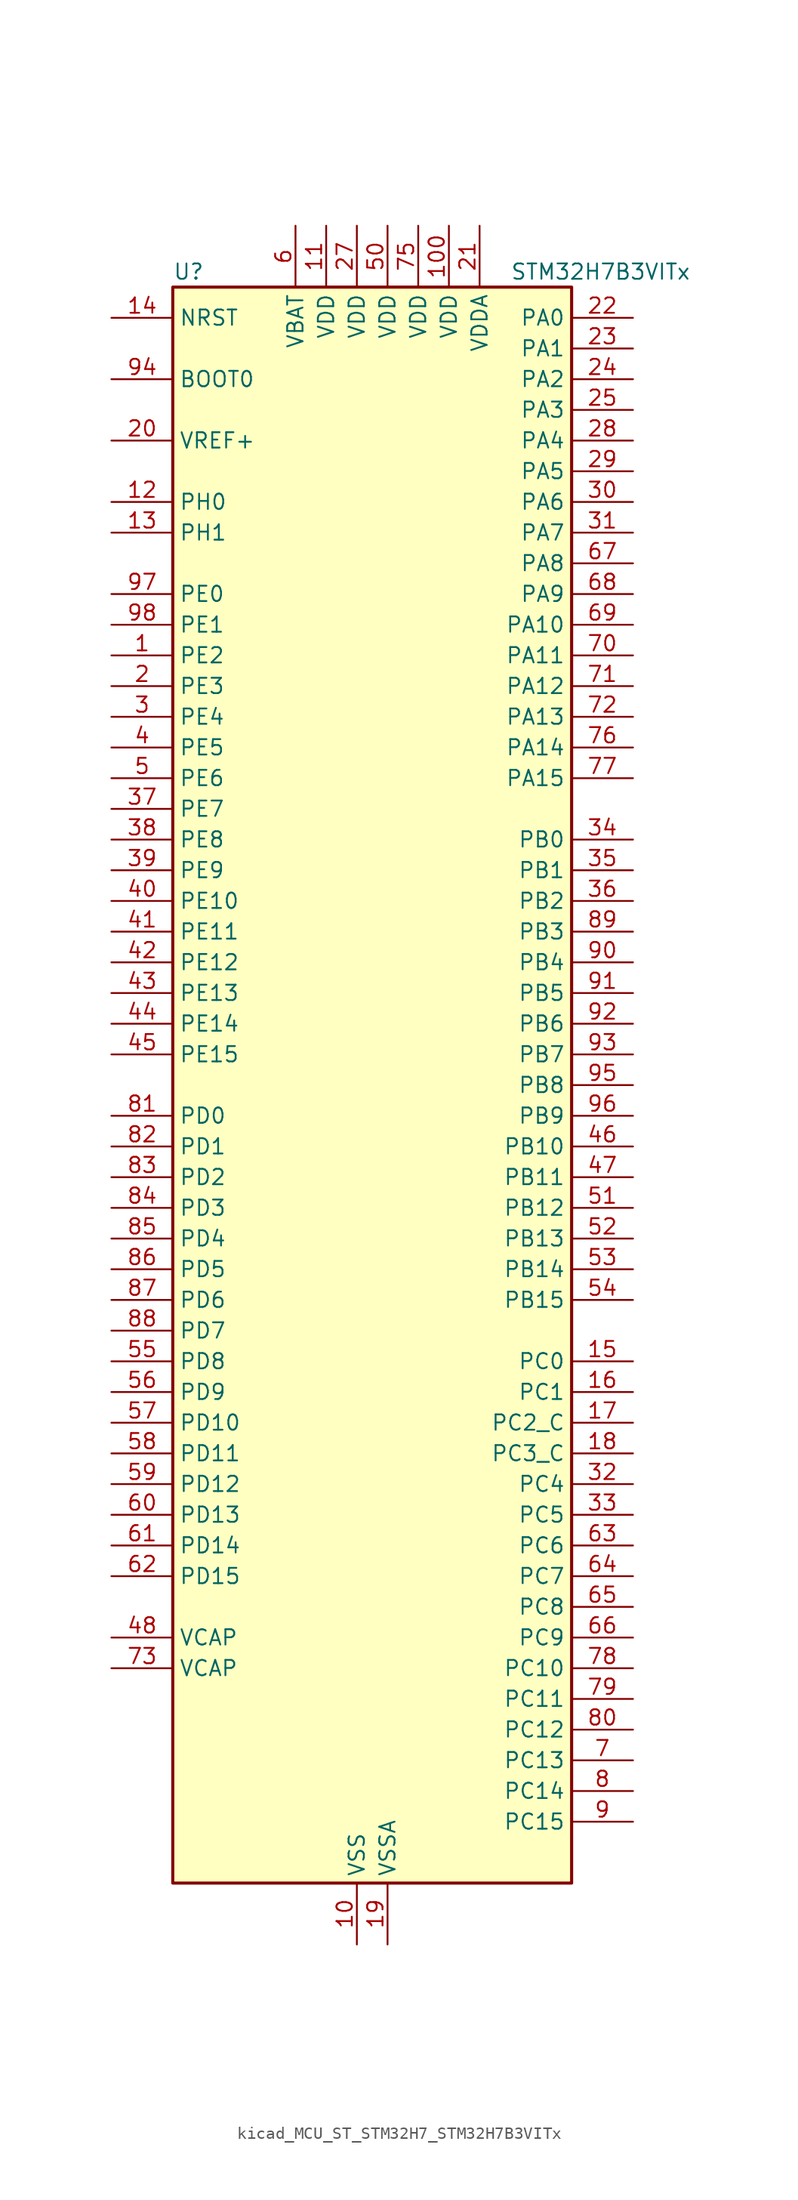
<source format=kicad_sym>
(kicad_symbol_lib
  (version 20220914)
  (generator kicad_symbol_editor)
  (symbol "kicad_MCU_ST_STM32H7_STM32H7B3VITx"
    (property "Reference" "U"
      (at -15.24 67.31 0)
      (effects (font (size 1.27 1.27)) (justify left)))
    (property "Value" "STM32H7B3VITx"
      (at 12.7 67.31 0)
      (effects (font (size 1.27 1.27)) (justify left)))
    (property "ki_locked" ""
      (at 0 0 0)
      (effects (font (size 1.27 1.27))))
    (symbol "kicad_MCU_ST_STM32H7_STM32H7B3VITx_0_1"
      (rectangle (start -15.24 -66.04) (end 17.78 66.04) (stroke (width 0.254) (type default)) (fill (type background))))
    (symbol "kicad_MCU_ST_STM32H7_STM32H7B3VITx_1_1"
      (pin bidirectional line (at -20.32 35.56 0) (length 5.08) (name "PE2" (effects (font (size 1.27 1.27)))) (number "1" (effects (font (size 1.27 1.27)))) (alternate "DEBUG_TRACECLK" bidirectional line) (alternate "FMC_A23" bidirectional line) (alternate "OCTOSPIM_P1_IO2" bidirectional line) (alternate "SAI1_CK1" bidirectional line) (alternate "SAI1_MCLK_A" bidirectional line) (alternate "SPI4_SCK" bidirectional line) (alternate "USART10_RX" bidirectional line))
      (pin power_in line (at 0 -71.12 90) (length 5.08) (name "VSS" (effects (font (size 1.27 1.27)))) (number "10" (effects (font (size 1.27 1.27)))))
      (pin power_in line (at 7.62 71.12 270) (length 5.08) (name "VDD" (effects (font (size 1.27 1.27)))) (number "100" (effects (font (size 1.27 1.27)))))
      (pin power_in line (at -2.54 71.12 270) (length 5.08) (name "VDD" (effects (font (size 1.27 1.27)))) (number "11" (effects (font (size 1.27 1.27)))))
      (pin bidirectional line (at -20.32 48.26 0) (length 5.08) (name "PH0" (effects (font (size 1.27 1.27)))) (number "12" (effects (font (size 1.27 1.27)))) (alternate "RCC_OSC_IN" bidirectional line))
      (pin bidirectional line (at -20.32 45.72 0) (length 5.08) (name "PH1" (effects (font (size 1.27 1.27)))) (number "13" (effects (font (size 1.27 1.27)))) (alternate "RCC_OSC_OUT" bidirectional line))
      (pin input line (at -20.32 63.5 0) (length 5.08) (name "NRST" (effects (font (size 1.27 1.27)))) (number "14" (effects (font (size 1.27 1.27)))))
      (pin bidirectional line (at 22.86 -22.86 180) (length 5.08) (name "PC0" (effects (font (size 1.27 1.27)))) (number "15" (effects (font (size 1.27 1.27)))) (alternate "ADC1_INP10" bidirectional line) (alternate "ADC2_INP10" bidirectional line) (alternate "DFSDM1_CKIN0" bidirectional line) (alternate "DFSDM1_DATIN4" bidirectional line) (alternate "FMC_A25" bidirectional line) (alternate "FMC_SDNWE" bidirectional line) (alternate "LTDC_G2" bidirectional line) (alternate "LTDC_R5" bidirectional line) (alternate "SAI2_FS_B" bidirectional line) (alternate "USB_OTG_HS_ULPI_STP" bidirectional line))
      (pin bidirectional line (at 22.86 -25.4 180) (length 5.08) (name "PC1" (effects (font (size 1.27 1.27)))) (number "16" (effects (font (size 1.27 1.27)))) (alternate "ADC1_INN10" bidirectional line) (alternate "ADC1_INP11" bidirectional line) (alternate "ADC2_INN10" bidirectional line) (alternate "ADC2_INP11" bidirectional line) (alternate "DEBUG_TRACED0" bidirectional line) (alternate "DFSDM1_CKIN4" bidirectional line) (alternate "DFSDM1_DATIN0" bidirectional line) (alternate "I2S2_SDO" bidirectional line) (alternate "LTDC_G5" bidirectional line) (alternate "MDIOS_MDC" bidirectional line) (alternate "OCTOSPIM_P1_IO4" bidirectional line) (alternate "PWR_WKUP6" bidirectional line) (alternate "RTC_TAMP3" bidirectional line) (alternate "SAI1_D1" bidirectional line) (alternate "SAI1_SD_A" bidirectional line) (alternate "SDMMC2_CK" bidirectional line) (alternate "SPI2_MOSI" bidirectional line))
      (pin bidirectional line (at 22.86 -27.94 180) (length 5.08) (name "PC2_C" (effects (font (size 1.27 1.27)))) (number "17" (effects (font (size 1.27 1.27)))) (alternate "ADC2_INN1" bidirectional line) (alternate "ADC2_INP0" bidirectional line) (alternate "DFSDM1_CKIN1" bidirectional line) (alternate "DFSDM1_CKOUT" bidirectional line) (alternate "FMC_SDNE0" bidirectional line) (alternate "I2S2_SDI" bidirectional line) (alternate "OCTOSPIM_P1_IO2" bidirectional line) (alternate "OCTOSPIM_P1_IO5" bidirectional line) (alternate "PWR_CSTOP" bidirectional line) (alternate "SPI2_MISO" bidirectional line) (alternate "USB_OTG_HS_ULPI_DIR" bidirectional line))
      (pin bidirectional line (at 22.86 -30.48 180) (length 5.08) (name "PC3_C" (effects (font (size 1.27 1.27)))) (number "18" (effects (font (size 1.27 1.27)))) (alternate "ADC2_INP1" bidirectional line) (alternate "DFSDM1_DATIN1" bidirectional line) (alternate "FMC_SDCKE0" bidirectional line) (alternate "I2S2_SDO" bidirectional line) (alternate "OCTOSPIM_P1_IO0" bidirectional line) (alternate "OCTOSPIM_P1_IO6" bidirectional line) (alternate "PWR_CSLEEP" bidirectional line) (alternate "SPI2_MOSI" bidirectional line) (alternate "USB_OTG_HS_ULPI_NXT" bidirectional line))
      (pin power_in line (at 2.54 -71.12 90) (length 5.08) (name "VSSA" (effects (font (size 1.27 1.27)))) (number "19" (effects (font (size 1.27 1.27)))))
      (pin bidirectional line (at -20.32 33.02 0) (length 5.08) (name "PE3" (effects (font (size 1.27 1.27)))) (number "2" (effects (font (size 1.27 1.27)))) (alternate "DEBUG_TRACED0" bidirectional line) (alternate "FMC_A19" bidirectional line) (alternate "SAI1_SD_B" bidirectional line) (alternate "TIM15_BKIN" bidirectional line) (alternate "USART10_TX" bidirectional line))
      (pin input line (at -20.32 53.34 0) (length 5.08) (name "VREF+" (effects (font (size 1.27 1.27)))) (number "20" (effects (font (size 1.27 1.27)))) (alternate "VREFBUF_OUT" bidirectional line))
      (pin power_in line (at 10.16 71.12 270) (length 5.08) (name "VDDA" (effects (font (size 1.27 1.27)))) (number "21" (effects (font (size 1.27 1.27)))))
      (pin bidirectional line (at 22.86 63.5 180) (length 5.08) (name "PA0" (effects (font (size 1.27 1.27)))) (number "22" (effects (font (size 1.27 1.27)))) (alternate "ADC1_INP16" bidirectional line) (alternate "I2S6_WS" bidirectional line) (alternate "PWR_WKUP1" bidirectional line) (alternate "SAI2_SD_B" bidirectional line) (alternate "SDMMC2_CMD" bidirectional line) (alternate "SPI6_NSS" bidirectional line) (alternate "TIM15_BKIN" bidirectional line) (alternate "TIM2_CH1" bidirectional line) (alternate "TIM2_ETR" bidirectional line) (alternate "TIM5_CH1" bidirectional line) (alternate "TIM8_ETR" bidirectional line) (alternate "UART4_TX" bidirectional line) (alternate "USART2_CTS" bidirectional line) (alternate "USART2_NSS" bidirectional line))
      (pin bidirectional line (at 22.86 60.96 180) (length 5.08) (name "PA1" (effects (font (size 1.27 1.27)))) (number "23" (effects (font (size 1.27 1.27)))) (alternate "ADC1_INN16" bidirectional line) (alternate "ADC1_INP17" bidirectional line) (alternate "LPTIM3_OUT" bidirectional line) (alternate "LTDC_R2" bidirectional line) (alternate "OCTOSPIM_P1_DQS" bidirectional line) (alternate "OCTOSPIM_P1_IO3" bidirectional line) (alternate "SAI2_MCLK_B" bidirectional line) (alternate "TIM15_CH1N" bidirectional line) (alternate "TIM2_CH2" bidirectional line) (alternate "TIM5_CH2" bidirectional line) (alternate "UART4_RX" bidirectional line) (alternate "USART2_DE" bidirectional line) (alternate "USART2_RTS" bidirectional line))
      (pin bidirectional line (at 22.86 58.42 180) (length 5.08) (name "PA2" (effects (font (size 1.27 1.27)))) (number "24" (effects (font (size 1.27 1.27)))) (alternate "ADC1_INP14" bidirectional line) (alternate "DFSDM2_CKIN1" bidirectional line) (alternate "LTDC_R1" bidirectional line) (alternate "MDIOS_MDIO" bidirectional line) (alternate "PWR_WKUP2" bidirectional line) (alternate "SAI2_SCK_B" bidirectional line) (alternate "TIM15_CH1" bidirectional line) (alternate "TIM2_CH3" bidirectional line) (alternate "TIM5_CH3" bidirectional line) (alternate "USART2_TX" bidirectional line))
      (pin bidirectional line (at 22.86 55.88 180) (length 5.08) (name "PA3" (effects (font (size 1.27 1.27)))) (number "25" (effects (font (size 1.27 1.27)))) (alternate "ADC1_INP15" bidirectional line) (alternate "I2S6_MCK" bidirectional line) (alternate "LTDC_B2" bidirectional line) (alternate "LTDC_B5" bidirectional line) (alternate "OCTOSPIM_P1_CLK" bidirectional line) (alternate "TIM15_CH2" bidirectional line) (alternate "TIM2_CH4" bidirectional line) (alternate "TIM5_CH4" bidirectional line) (alternate "USART2_RX" bidirectional line) (alternate "USB_OTG_HS_ULPI_D0" bidirectional line))
      (pin passive line (at 0 -71.12 90) (length 5.08) hide (name "VSS" (effects (font (size 1.27 1.27)))) (number "26" (effects (font (size 1.27 1.27)))))
      (pin power_in line (at 0 71.12 270) (length 5.08) (name "VDD" (effects (font (size 1.27 1.27)))) (number "27" (effects (font (size 1.27 1.27)))))
      (pin bidirectional line (at 22.86 53.34 180) (length 5.08) (name "PA4" (effects (font (size 1.27 1.27)))) (number "28" (effects (font (size 1.27 1.27)))) (alternate "ADC1_INP18" bidirectional line) (alternate "DAC1_OUT1" bidirectional line) (alternate "DCMI_HSYNC" bidirectional line) (alternate "I2S1_WS" bidirectional line) (alternate "I2S3_WS" bidirectional line) (alternate "I2S6_WS" bidirectional line) (alternate "LTDC_VSYNC" bidirectional line) (alternate "PSSI_DE" bidirectional line) (alternate "SPI1_NSS" bidirectional line) (alternate "SPI3_NSS" bidirectional line) (alternate "SPI6_NSS" bidirectional line) (alternate "TIM5_ETR" bidirectional line) (alternate "USART2_CK" bidirectional line))
      (pin bidirectional line (at 22.86 50.8 180) (length 5.08) (name "PA5" (effects (font (size 1.27 1.27)))) (number "29" (effects (font (size 1.27 1.27)))) (alternate "ADC1_INN18" bidirectional line) (alternate "ADC1_INP19" bidirectional line) (alternate "DAC1_OUT2" bidirectional line) (alternate "I2S1_CK" bidirectional line) (alternate "I2S6_CK" bidirectional line) (alternate "LTDC_R4" bidirectional line) (alternate "PSSI_D14" bidirectional line) (alternate "PWR_NDSTOP2" bidirectional line) (alternate "SPI1_SCK" bidirectional line) (alternate "SPI6_SCK" bidirectional line) (alternate "TIM2_CH1" bidirectional line) (alternate "TIM2_ETR" bidirectional line) (alternate "TIM8_CH1N" bidirectional line) (alternate "USB_OTG_HS_ULPI_CK" bidirectional line))
      (pin bidirectional line (at -20.32 30.48 0) (length 5.08) (name "PE4" (effects (font (size 1.27 1.27)))) (number "3" (effects (font (size 1.27 1.27)))) (alternate "DCMI_D4" bidirectional line) (alternate "DEBUG_TRACED1" bidirectional line) (alternate "DFSDM1_DATIN3" bidirectional line) (alternate "FMC_A20" bidirectional line) (alternate "LTDC_B0" bidirectional line) (alternate "PSSI_D4" bidirectional line) (alternate "SAI1_D2" bidirectional line) (alternate "SAI1_FS_A" bidirectional line) (alternate "SPI4_NSS" bidirectional line) (alternate "TIM15_CH1N" bidirectional line))
      (pin bidirectional line (at 22.86 48.26 180) (length 5.08) (name "PA6" (effects (font (size 1.27 1.27)))) (number "30" (effects (font (size 1.27 1.27)))) (alternate "ADC1_INP3" bidirectional line) (alternate "ADC2_INP3" bidirectional line) (alternate "DAC2_OUT1" bidirectional line) (alternate "DCMI_PIXCLK" bidirectional line) (alternate "I2S1_SDI" bidirectional line) (alternate "I2S6_SDI" bidirectional line) (alternate "LTDC_G2" bidirectional line) (alternate "MDIOS_MDC" bidirectional line) (alternate "OCTOSPIM_P1_IO3" bidirectional line) (alternate "PSSI_PDCK" bidirectional line) (alternate "SPI1_MISO" bidirectional line) (alternate "SPI6_MISO" bidirectional line) (alternate "TIM13_CH1" bidirectional line) (alternate "TIM1_BKIN" bidirectional line) (alternate "TIM1_BKIN_COMP1" bidirectional line) (alternate "TIM1_BKIN_COMP2" bidirectional line) (alternate "TIM3_CH1" bidirectional line) (alternate "TIM8_BKIN" bidirectional line) (alternate "TIM8_BKIN_COMP1" bidirectional line) (alternate "TIM8_BKIN_COMP2" bidirectional line))
      (pin bidirectional line (at 22.86 45.72 180) (length 5.08) (name "PA7" (effects (font (size 1.27 1.27)))) (number "31" (effects (font (size 1.27 1.27)))) (alternate "ADC1_INN3" bidirectional line) (alternate "ADC1_INP7" bidirectional line) (alternate "ADC2_INN3" bidirectional line) (alternate "ADC2_INP7" bidirectional line) (alternate "DFSDM2_DATIN1" bidirectional line) (alternate "FMC_SDNWE" bidirectional line) (alternate "I2S1_SDO" bidirectional line) (alternate "I2S6_SDO" bidirectional line) (alternate "LTDC_VSYNC" bidirectional line) (alternate "OCTOSPIM_P1_IO2" bidirectional line) (alternate "OPAMP1_VINM" bidirectional line) (alternate "SPI1_MOSI" bidirectional line) (alternate "SPI6_MOSI" bidirectional line) (alternate "TIM14_CH1" bidirectional line) (alternate "TIM1_CH1N" bidirectional line) (alternate "TIM3_CH2" bidirectional line) (alternate "TIM8_CH1N" bidirectional line))
      (pin bidirectional line (at 22.86 -33.02 180) (length 5.08) (name "PC4" (effects (font (size 1.27 1.27)))) (number "32" (effects (font (size 1.27 1.27)))) (alternate "ADC1_INP4" bidirectional line) (alternate "ADC2_INP4" bidirectional line) (alternate "COMP1_INM" bidirectional line) (alternate "DFSDM1_CKIN2" bidirectional line) (alternate "FMC_SDNE0" bidirectional line) (alternate "I2S1_MCK" bidirectional line) (alternate "LTDC_R7" bidirectional line) (alternate "OPAMP1_VOUT" bidirectional line) (alternate "SPDIFRX_IN2" bidirectional line))
      (pin bidirectional line (at 22.86 -35.56 180) (length 5.08) (name "PC5" (effects (font (size 1.27 1.27)))) (number "33" (effects (font (size 1.27 1.27)))) (alternate "ADC1_INN4" bidirectional line) (alternate "ADC1_INP8" bidirectional line) (alternate "ADC2_INN4" bidirectional line) (alternate "ADC2_INP8" bidirectional line) (alternate "COMP1_OUT" bidirectional line) (alternate "DFSDM1_DATIN2" bidirectional line) (alternate "FMC_SDCKE0" bidirectional line) (alternate "LTDC_DE" bidirectional line) (alternate "OCTOSPIM_P1_DQS" bidirectional line) (alternate "OPAMP1_VINM" bidirectional line) (alternate "PSSI_D15" bidirectional line) (alternate "SAI1_D3" bidirectional line) (alternate "SPDIFRX_IN3" bidirectional line))
      (pin bidirectional line (at 22.86 20.32 180) (length 5.08) (name "PB0" (effects (font (size 1.27 1.27)))) (number "34" (effects (font (size 1.27 1.27)))) (alternate "ADC1_INN5" bidirectional line) (alternate "ADC1_INP9" bidirectional line) (alternate "ADC2_INN5" bidirectional line) (alternate "ADC2_INP9" bidirectional line) (alternate "COMP1_INP" bidirectional line) (alternate "DFSDM1_CKOUT" bidirectional line) (alternate "DFSDM2_CKOUT" bidirectional line) (alternate "LTDC_G1" bidirectional line) (alternate "LTDC_R3" bidirectional line) (alternate "OCTOSPIM_P1_IO1" bidirectional line) (alternate "OPAMP1_VINP" bidirectional line) (alternate "TIM1_CH2N" bidirectional line) (alternate "TIM3_CH3" bidirectional line) (alternate "TIM8_CH2N" bidirectional line) (alternate "UART4_CTS" bidirectional line) (alternate "USB_OTG_HS_ULPI_D1" bidirectional line))
      (pin bidirectional line (at 22.86 17.78 180) (length 5.08) (name "PB1" (effects (font (size 1.27 1.27)))) (number "35" (effects (font (size 1.27 1.27)))) (alternate "ADC1_INP5" bidirectional line) (alternate "ADC2_INP5" bidirectional line) (alternate "COMP1_INM" bidirectional line) (alternate "DFSDM1_DATIN1" bidirectional line) (alternate "LTDC_G0" bidirectional line) (alternate "LTDC_R6" bidirectional line) (alternate "OCTOSPIM_P1_IO0" bidirectional line) (alternate "TIM1_CH3N" bidirectional line) (alternate "TIM3_CH4" bidirectional line) (alternate "TIM8_CH3N" bidirectional line) (alternate "USB_OTG_HS_ULPI_D2" bidirectional line))
      (pin bidirectional line (at 22.86 15.24 180) (length 5.08) (name "PB2" (effects (font (size 1.27 1.27)))) (number "36" (effects (font (size 1.27 1.27)))) (alternate "COMP1_INP" bidirectional line) (alternate "DFSDM1_CKIN1" bidirectional line) (alternate "I2S3_SDO" bidirectional line) (alternate "OCTOSPIM_P1_CLK" bidirectional line) (alternate "OCTOSPIM_P1_DQS" bidirectional line) (alternate "RTC_OUT_ALARM" bidirectional line) (alternate "RTC_OUT_CALIB" bidirectional line) (alternate "SAI1_D1" bidirectional line) (alternate "SAI1_SD_A" bidirectional line) (alternate "SPI3_MOSI" bidirectional line))
      (pin bidirectional line (at -20.32 22.86 0) (length 5.08) (name "PE7" (effects (font (size 1.27 1.27)))) (number "37" (effects (font (size 1.27 1.27)))) (alternate "COMP2_INM" bidirectional line) (alternate "DFSDM1_DATIN2" bidirectional line) (alternate "FMC_D4" bidirectional line) (alternate "FMC_DA4" bidirectional line) (alternate "OCTOSPIM_P1_IO4" bidirectional line) (alternate "OPAMP2_VOUT" bidirectional line) (alternate "TIM1_ETR" bidirectional line) (alternate "UART7_RX" bidirectional line))
      (pin bidirectional line (at -20.32 20.32 0) (length 5.08) (name "PE8" (effects (font (size 1.27 1.27)))) (number "38" (effects (font (size 1.27 1.27)))) (alternate "COMP2_OUT" bidirectional line) (alternate "DFSDM1_CKIN2" bidirectional line) (alternate "FMC_D5" bidirectional line) (alternate "FMC_DA5" bidirectional line) (alternate "OCTOSPIM_P1_IO5" bidirectional line) (alternate "OPAMP2_VINM" bidirectional line) (alternate "TIM1_CH1N" bidirectional line) (alternate "UART7_TX" bidirectional line))
      (pin bidirectional line (at -20.32 17.78 0) (length 5.08) (name "PE9" (effects (font (size 1.27 1.27)))) (number "39" (effects (font (size 1.27 1.27)))) (alternate "COMP2_INP" bidirectional line) (alternate "DAC1_EXTI9" bidirectional line) (alternate "DFSDM1_CKOUT" bidirectional line) (alternate "FMC_D6" bidirectional line) (alternate "FMC_DA6" bidirectional line) (alternate "OCTOSPIM_P1_IO6" bidirectional line) (alternate "OPAMP2_VINP" bidirectional line) (alternate "TIM1_CH1" bidirectional line) (alternate "UART7_DE" bidirectional line) (alternate "UART7_RTS" bidirectional line))
      (pin bidirectional line (at -20.32 27.94 0) (length 5.08) (name "PE5" (effects (font (size 1.27 1.27)))) (number "4" (effects (font (size 1.27 1.27)))) (alternate "DCMI_D6" bidirectional line) (alternate "DEBUG_TRACED2" bidirectional line) (alternate "DFSDM1_CKIN3" bidirectional line) (alternate "FMC_A21" bidirectional line) (alternate "LTDC_G0" bidirectional line) (alternate "PSSI_D6" bidirectional line) (alternate "SAI1_CK2" bidirectional line) (alternate "SAI1_SCK_A" bidirectional line) (alternate "SPI4_MISO" bidirectional line) (alternate "TIM15_CH1" bidirectional line))
      (pin bidirectional line (at -20.32 15.24 0) (length 5.08) (name "PE10" (effects (font (size 1.27 1.27)))) (number "40" (effects (font (size 1.27 1.27)))) (alternate "COMP2_INM" bidirectional line) (alternate "DFSDM1_DATIN4" bidirectional line) (alternate "FMC_D7" bidirectional line) (alternate "FMC_DA7" bidirectional line) (alternate "OCTOSPIM_P1_IO7" bidirectional line) (alternate "TIM1_CH2N" bidirectional line) (alternate "UART7_CTS" bidirectional line))
      (pin bidirectional line (at -20.32 12.7 0) (length 5.08) (name "PE11" (effects (font (size 1.27 1.27)))) (number "41" (effects (font (size 1.27 1.27)))) (alternate "ADC1_EXTI11" bidirectional line) (alternate "ADC2_EXTI11" bidirectional line) (alternate "COMP2_INP" bidirectional line) (alternate "DFSDM1_CKIN4" bidirectional line) (alternate "FMC_D8" bidirectional line) (alternate "FMC_DA8" bidirectional line) (alternate "LTDC_G3" bidirectional line) (alternate "OCTOSPIM_P1_NCS" bidirectional line) (alternate "SAI2_SD_B" bidirectional line) (alternate "SPI4_NSS" bidirectional line) (alternate "TIM1_CH2" bidirectional line))
      (pin bidirectional line (at -20.32 10.16 0) (length 5.08) (name "PE12" (effects (font (size 1.27 1.27)))) (number "42" (effects (font (size 1.27 1.27)))) (alternate "COMP1_OUT" bidirectional line) (alternate "DFSDM1_DATIN5" bidirectional line) (alternate "FMC_D9" bidirectional line) (alternate "FMC_DA9" bidirectional line) (alternate "LTDC_B4" bidirectional line) (alternate "SAI2_SCK_B" bidirectional line) (alternate "SPI4_SCK" bidirectional line) (alternate "TIM1_CH3N" bidirectional line))
      (pin bidirectional line (at -20.32 7.62 0) (length 5.08) (name "PE13" (effects (font (size 1.27 1.27)))) (number "43" (effects (font (size 1.27 1.27)))) (alternate "COMP2_OUT" bidirectional line) (alternate "DFSDM1_CKIN5" bidirectional line) (alternate "FMC_D10" bidirectional line) (alternate "FMC_DA10" bidirectional line) (alternate "LTDC_DE" bidirectional line) (alternate "SAI2_FS_B" bidirectional line) (alternate "SPI4_MISO" bidirectional line) (alternate "TIM1_CH3" bidirectional line))
      (pin bidirectional line (at -20.32 5.08 0) (length 5.08) (name "PE14" (effects (font (size 1.27 1.27)))) (number "44" (effects (font (size 1.27 1.27)))) (alternate "FMC_D11" bidirectional line) (alternate "FMC_DA11" bidirectional line) (alternate "LTDC_CLK" bidirectional line) (alternate "SAI2_MCLK_B" bidirectional line) (alternate "SPI4_MOSI" bidirectional line) (alternate "TIM1_CH4" bidirectional line))
      (pin bidirectional line (at -20.32 2.54 0) (length 5.08) (name "PE15" (effects (font (size 1.27 1.27)))) (number "45" (effects (font (size 1.27 1.27)))) (alternate "ADC1_EXTI15" bidirectional line) (alternate "ADC2_EXTI15" bidirectional line) (alternate "FMC_D12" bidirectional line) (alternate "FMC_DA12" bidirectional line) (alternate "LTDC_R7" bidirectional line) (alternate "TIM1_BKIN" bidirectional line) (alternate "TIM1_BKIN_COMP1" bidirectional line) (alternate "TIM1_BKIN_COMP2" bidirectional line) (alternate "USART10_CK" bidirectional line))
      (pin bidirectional line (at 22.86 -5.08 180) (length 5.08) (name "PB10" (effects (font (size 1.27 1.27)))) (number "46" (effects (font (size 1.27 1.27)))) (alternate "DFSDM1_DATIN7" bidirectional line) (alternate "I2C2_SCL" bidirectional line) (alternate "I2S2_CK" bidirectional line) (alternate "LPTIM2_IN1" bidirectional line) (alternate "LTDC_G4" bidirectional line) (alternate "OCTOSPIM_P1_NCS" bidirectional line) (alternate "SPI2_SCK" bidirectional line) (alternate "TIM2_CH3" bidirectional line) (alternate "USART3_TX" bidirectional line) (alternate "USB_OTG_HS_ULPI_D3" bidirectional line))
      (pin bidirectional line (at 22.86 -7.62 180) (length 5.08) (name "PB11" (effects (font (size 1.27 1.27)))) (number "47" (effects (font (size 1.27 1.27)))) (alternate "ADC1_EXTI11" bidirectional line) (alternate "ADC2_EXTI11" bidirectional line) (alternate "DFSDM1_CKIN7" bidirectional line) (alternate "I2C2_SDA" bidirectional line) (alternate "LPTIM2_ETR" bidirectional line) (alternate "LTDC_G5" bidirectional line) (alternate "TIM2_CH4" bidirectional line) (alternate "USART3_RX" bidirectional line) (alternate "USB_OTG_HS_ULPI_D4" bidirectional line))
      (pin power_out line (at -20.32 -45.72 0) (length 5.08) (name "VCAP" (effects (font (size 1.27 1.27)))) (number "48" (effects (font (size 1.27 1.27)))))
      (pin passive line (at 0 -71.12 90) (length 5.08) hide (name "VSS" (effects (font (size 1.27 1.27)))) (number "49" (effects (font (size 1.27 1.27)))))
      (pin bidirectional line (at -20.32 25.4 0) (length 5.08) (name "PE6" (effects (font (size 1.27 1.27)))) (number "5" (effects (font (size 1.27 1.27)))) (alternate "DCMI_D7" bidirectional line) (alternate "DEBUG_TRACED3" bidirectional line) (alternate "FMC_A22" bidirectional line) (alternate "LTDC_G1" bidirectional line) (alternate "PSSI_D7" bidirectional line) (alternate "SAI1_D1" bidirectional line) (alternate "SAI1_SD_A" bidirectional line) (alternate "SAI2_MCLK_B" bidirectional line) (alternate "SPI4_MOSI" bidirectional line) (alternate "TIM15_CH2" bidirectional line) (alternate "TIM1_BKIN2" bidirectional line) (alternate "TIM1_BKIN2_COMP1" bidirectional line) (alternate "TIM1_BKIN2_COMP2" bidirectional line))
      (pin power_in line (at 2.54 71.12 270) (length 5.08) (name "VDD" (effects (font (size 1.27 1.27)))) (number "50" (effects (font (size 1.27 1.27)))))
      (pin bidirectional line (at 22.86 -10.16 180) (length 5.08) (name "PB12" (effects (font (size 1.27 1.27)))) (number "51" (effects (font (size 1.27 1.27)))) (alternate "DFSDM1_DATIN1" bidirectional line) (alternate "DFSDM2_DATIN1" bidirectional line) (alternate "FDCAN2_RX" bidirectional line) (alternate "I2C2_SMBA" bidirectional line) (alternate "I2S2_WS" bidirectional line) (alternate "OCTOSPIM_P1_NCLK" bidirectional line) (alternate "SPI2_NSS" bidirectional line) (alternate "TIM1_BKIN" bidirectional line) (alternate "TIM1_BKIN_COMP1" bidirectional line) (alternate "TIM1_BKIN_COMP2" bidirectional line) (alternate "UART5_RX" bidirectional line) (alternate "USART3_CK" bidirectional line) (alternate "USB_OTG_HS_ULPI_D5" bidirectional line))
      (pin bidirectional line (at 22.86 -12.7 180) (length 5.08) (name "PB13" (effects (font (size 1.27 1.27)))) (number "52" (effects (font (size 1.27 1.27)))) (alternate "DCMI_D2" bidirectional line) (alternate "DFSDM1_CKIN1" bidirectional line) (alternate "DFSDM2_CKIN1" bidirectional line) (alternate "FDCAN2_TX" bidirectional line) (alternate "I2S2_CK" bidirectional line) (alternate "LPTIM2_OUT" bidirectional line) (alternate "PSSI_D2" bidirectional line) (alternate "SDMMC1_D0" bidirectional line) (alternate "SPI2_SCK" bidirectional line) (alternate "TIM1_CH1N" bidirectional line) (alternate "UART5_TX" bidirectional line) (alternate "USART3_CTS" bidirectional line) (alternate "USART3_NSS" bidirectional line) (alternate "USB_OTG_HS_ULPI_D6" bidirectional line))
      (pin bidirectional line (at 22.86 -15.24 180) (length 5.08) (name "PB14" (effects (font (size 1.27 1.27)))) (number "53" (effects (font (size 1.27 1.27)))) (alternate "DFSDM1_DATIN2" bidirectional line) (alternate "I2S2_SDI" bidirectional line) (alternate "LTDC_CLK" bidirectional line) (alternate "SDMMC2_D0" bidirectional line) (alternate "SPI2_MISO" bidirectional line) (alternate "TIM12_CH1" bidirectional line) (alternate "TIM1_CH2N" bidirectional line) (alternate "TIM8_CH2N" bidirectional line) (alternate "UART4_DE" bidirectional line) (alternate "UART4_RTS" bidirectional line) (alternate "USART1_TX" bidirectional line) (alternate "USART3_DE" bidirectional line) (alternate "USART3_RTS" bidirectional line))
      (pin bidirectional line (at 22.86 -17.78 180) (length 5.08) (name "PB15" (effects (font (size 1.27 1.27)))) (number "54" (effects (font (size 1.27 1.27)))) (alternate "ADC1_EXTI15" bidirectional line) (alternate "ADC2_EXTI15" bidirectional line) (alternate "DFSDM1_CKIN2" bidirectional line) (alternate "I2S2_SDO" bidirectional line) (alternate "LTDC_G7" bidirectional line) (alternate "RTC_REFIN" bidirectional line) (alternate "SDMMC2_D1" bidirectional line) (alternate "SPI2_MOSI" bidirectional line) (alternate "TIM12_CH2" bidirectional line) (alternate "TIM1_CH3N" bidirectional line) (alternate "TIM8_CH3N" bidirectional line) (alternate "UART4_CTS" bidirectional line) (alternate "USART1_RX" bidirectional line))
      (pin bidirectional line (at -20.32 -22.86 0) (length 5.08) (name "PD8" (effects (font (size 1.27 1.27)))) (number "55" (effects (font (size 1.27 1.27)))) (alternate "DFSDM1_CKIN3" bidirectional line) (alternate "FMC_D13" bidirectional line) (alternate "FMC_DA13" bidirectional line) (alternate "SPDIFRX_IN1" bidirectional line) (alternate "USART3_TX" bidirectional line))
      (pin bidirectional line (at -20.32 -25.4 0) (length 5.08) (name "PD9" (effects (font (size 1.27 1.27)))) (number "56" (effects (font (size 1.27 1.27)))) (alternate "DAC1_EXTI9" bidirectional line) (alternate "DFSDM1_DATIN3" bidirectional line) (alternate "FMC_D14" bidirectional line) (alternate "FMC_DA14" bidirectional line) (alternate "USART3_RX" bidirectional line))
      (pin bidirectional line (at -20.32 -27.94 0) (length 5.08) (name "PD10" (effects (font (size 1.27 1.27)))) (number "57" (effects (font (size 1.27 1.27)))) (alternate "DFSDM1_CKOUT" bidirectional line) (alternate "DFSDM2_CKOUT" bidirectional line) (alternate "FMC_D15" bidirectional line) (alternate "FMC_DA15" bidirectional line) (alternate "LTDC_B3" bidirectional line) (alternate "USART3_CK" bidirectional line))
      (pin bidirectional line (at -20.32 -30.48 0) (length 5.08) (name "PD11" (effects (font (size 1.27 1.27)))) (number "58" (effects (font (size 1.27 1.27)))) (alternate "ADC1_EXTI11" bidirectional line) (alternate "ADC2_EXTI11" bidirectional line) (alternate "FMC_A16" bidirectional line) (alternate "FMC_CLE" bidirectional line) (alternate "I2C4_SMBA" bidirectional line) (alternate "LPTIM2_IN2" bidirectional line) (alternate "OCTOSPIM_P1_IO0" bidirectional line) (alternate "SAI2_SD_A" bidirectional line) (alternate "USART3_CTS" bidirectional line) (alternate "USART3_NSS" bidirectional line))
      (pin bidirectional line (at -20.32 -33.02 0) (length 5.08) (name "PD12" (effects (font (size 1.27 1.27)))) (number "59" (effects (font (size 1.27 1.27)))) (alternate "DCMI_D12" bidirectional line) (alternate "FMC_A17" bidirectional line) (alternate "FMC_ALE" bidirectional line) (alternate "I2C4_SCL" bidirectional line) (alternate "LPTIM1_IN1" bidirectional line) (alternate "LPTIM2_IN1" bidirectional line) (alternate "OCTOSPIM_P1_IO1" bidirectional line) (alternate "PSSI_D12" bidirectional line) (alternate "SAI2_FS_A" bidirectional line) (alternate "TIM4_CH1" bidirectional line) (alternate "USART3_DE" bidirectional line) (alternate "USART3_RTS" bidirectional line))
      (pin power_in line (at -5.08 71.12 270) (length 5.08) (name "VBAT" (effects (font (size 1.27 1.27)))) (number "6" (effects (font (size 1.27 1.27)))))
      (pin bidirectional line (at -20.32 -35.56 0) (length 5.08) (name "PD13" (effects (font (size 1.27 1.27)))) (number "60" (effects (font (size 1.27 1.27)))) (alternate "DCMI_D13" bidirectional line) (alternate "FMC_A18" bidirectional line) (alternate "I2C4_SDA" bidirectional line) (alternate "LPTIM1_OUT" bidirectional line) (alternate "OCTOSPIM_P1_IO3" bidirectional line) (alternate "PSSI_D13" bidirectional line) (alternate "SAI2_SCK_A" bidirectional line) (alternate "TIM4_CH2" bidirectional line) (alternate "UART9_DE" bidirectional line) (alternate "UART9_RTS" bidirectional line))
      (pin bidirectional line (at -20.32 -38.1 0) (length 5.08) (name "PD14" (effects (font (size 1.27 1.27)))) (number "61" (effects (font (size 1.27 1.27)))) (alternate "FMC_D0" bidirectional line) (alternate "FMC_DA0" bidirectional line) (alternate "TIM4_CH3" bidirectional line) (alternate "UART8_CTS" bidirectional line) (alternate "UART9_RX" bidirectional line))
      (pin bidirectional line (at -20.32 -40.64 0) (length 5.08) (name "PD15" (effects (font (size 1.27 1.27)))) (number "62" (effects (font (size 1.27 1.27)))) (alternate "ADC1_EXTI15" bidirectional line) (alternate "ADC2_EXTI15" bidirectional line) (alternate "FMC_D1" bidirectional line) (alternate "FMC_DA1" bidirectional line) (alternate "TIM4_CH4" bidirectional line) (alternate "UART8_DE" bidirectional line) (alternate "UART8_RTS" bidirectional line) (alternate "UART9_TX" bidirectional line))
      (pin bidirectional line (at 22.86 -38.1 180) (length 5.08) (name "PC6" (effects (font (size 1.27 1.27)))) (number "63" (effects (font (size 1.27 1.27)))) (alternate "DCMI_D0" bidirectional line) (alternate "DFSDM1_CKIN3" bidirectional line) (alternate "FMC_NWAIT" bidirectional line) (alternate "I2S2_MCK" bidirectional line) (alternate "LTDC_HSYNC" bidirectional line) (alternate "PSSI_D0" bidirectional line) (alternate "SDMMC1_D0DIR" bidirectional line) (alternate "SDMMC1_D6" bidirectional line) (alternate "SDMMC2_D6" bidirectional line) (alternate "SWPMI1_IO" bidirectional line) (alternate "TIM3_CH1" bidirectional line) (alternate "TIM8_CH1" bidirectional line) (alternate "USART6_TX" bidirectional line))
      (pin bidirectional line (at 22.86 -40.64 180) (length 5.08) (name "PC7" (effects (font (size 1.27 1.27)))) (number "64" (effects (font (size 1.27 1.27)))) (alternate "DCMI_D1" bidirectional line) (alternate "DEBUG_TRGIO" bidirectional line) (alternate "DFSDM1_DATIN3" bidirectional line) (alternate "FMC_NE1" bidirectional line) (alternate "I2S3_MCK" bidirectional line) (alternate "LTDC_G6" bidirectional line) (alternate "PSSI_D1" bidirectional line) (alternate "SDMMC1_D123DIR" bidirectional line) (alternate "SDMMC1_D7" bidirectional line) (alternate "SDMMC2_D7" bidirectional line) (alternate "SWPMI1_TX" bidirectional line) (alternate "TIM3_CH2" bidirectional line) (alternate "TIM8_CH2" bidirectional line) (alternate "USART6_RX" bidirectional line))
      (pin bidirectional line (at 22.86 -43.18 180) (length 5.08) (name "PC8" (effects (font (size 1.27 1.27)))) (number "65" (effects (font (size 1.27 1.27)))) (alternate "DCMI_D2" bidirectional line) (alternate "DEBUG_TRACED1" bidirectional line) (alternate "FMC_INT" bidirectional line) (alternate "FMC_NCE" bidirectional line) (alternate "FMC_NE2" bidirectional line) (alternate "PSSI_D2" bidirectional line) (alternate "SDMMC1_D0" bidirectional line) (alternate "SWPMI1_RX" bidirectional line) (alternate "TIM3_CH3" bidirectional line) (alternate "TIM8_CH3" bidirectional line) (alternate "UART5_DE" bidirectional line) (alternate "UART5_RTS" bidirectional line) (alternate "USART6_CK" bidirectional line))
      (pin bidirectional line (at 22.86 -45.72 180) (length 5.08) (name "PC9" (effects (font (size 1.27 1.27)))) (number "66" (effects (font (size 1.27 1.27)))) (alternate "DAC1_EXTI9" bidirectional line) (alternate "DCMI_D3" bidirectional line) (alternate "I2C3_SDA" bidirectional line) (alternate "I2S_CKIN" bidirectional line) (alternate "LTDC_B2" bidirectional line) (alternate "LTDC_G3" bidirectional line) (alternate "OCTOSPIM_P1_IO0" bidirectional line) (alternate "PSSI_D3" bidirectional line) (alternate "RCC_MCO_2" bidirectional line) (alternate "SDMMC1_D1" bidirectional line) (alternate "SWPMI1_SUSPEND" bidirectional line) (alternate "TIM3_CH4" bidirectional line) (alternate "TIM8_CH4" bidirectional line) (alternate "UART5_CTS" bidirectional line))
      (pin bidirectional line (at 22.86 43.18 180) (length 5.08) (name "PA8" (effects (font (size 1.27 1.27)))) (number "67" (effects (font (size 1.27 1.27)))) (alternate "I2C3_SCL" bidirectional line) (alternate "LTDC_B3" bidirectional line) (alternate "LTDC_R6" bidirectional line) (alternate "RCC_MCO_1" bidirectional line) (alternate "TIM1_CH1" bidirectional line) (alternate "TIM8_BKIN2" bidirectional line) (alternate "TIM8_BKIN2_COMP1" bidirectional line) (alternate "TIM8_BKIN2_COMP2" bidirectional line) (alternate "UART7_RX" bidirectional line) (alternate "USART1_CK" bidirectional line) (alternate "USB_OTG_HS_SOF" bidirectional line))
      (pin bidirectional line (at 22.86 40.64 180) (length 5.08) (name "PA9" (effects (font (size 1.27 1.27)))) (number "68" (effects (font (size 1.27 1.27)))) (alternate "DAC1_EXTI9" bidirectional line) (alternate "DCMI_D0" bidirectional line) (alternate "I2C3_SMBA" bidirectional line) (alternate "I2S2_CK" bidirectional line) (alternate "LPUART1_TX" bidirectional line) (alternate "LTDC_R5" bidirectional line) (alternate "PSSI_D0" bidirectional line) (alternate "SPI2_SCK" bidirectional line) (alternate "TIM1_CH2" bidirectional line) (alternate "USART1_TX" bidirectional line) (alternate "USB_OTG_HS_VBUS" bidirectional line))
      (pin bidirectional line (at 22.86 38.1 180) (length 5.08) (name "PA10" (effects (font (size 1.27 1.27)))) (number "69" (effects (font (size 1.27 1.27)))) (alternate "DCMI_D1" bidirectional line) (alternate "LPUART1_RX" bidirectional line) (alternate "LTDC_B1" bidirectional line) (alternate "LTDC_B4" bidirectional line) (alternate "MDIOS_MDIO" bidirectional line) (alternate "PSSI_D1" bidirectional line) (alternate "TIM1_CH3" bidirectional line) (alternate "USART1_RX" bidirectional line) (alternate "USB_OTG_HS_ID" bidirectional line))
      (pin bidirectional line (at 22.86 -55.88 180) (length 5.08) (name "PC13" (effects (font (size 1.27 1.27)))) (number "7" (effects (font (size 1.27 1.27)))) (alternate "PWR_WKUP4" bidirectional line) (alternate "RTC_OUT_ALARM" bidirectional line) (alternate "RTC_OUT_CALIB" bidirectional line) (alternate "RTC_TAMP1" bidirectional line) (alternate "RTC_TS" bidirectional line))
      (pin bidirectional line (at 22.86 35.56 180) (length 5.08) (name "PA11" (effects (font (size 1.27 1.27)))) (number "70" (effects (font (size 1.27 1.27)))) (alternate "ADC1_EXTI11" bidirectional line) (alternate "ADC2_EXTI11" bidirectional line) (alternate "FDCAN1_RX" bidirectional line) (alternate "I2S2_WS" bidirectional line) (alternate "LPUART1_CTS" bidirectional line) (alternate "LTDC_R4" bidirectional line) (alternate "SPI2_NSS" bidirectional line) (alternate "TIM1_CH4" bidirectional line) (alternate "UART4_RX" bidirectional line) (alternate "USART1_CTS" bidirectional line) (alternate "USART1_NSS" bidirectional line) (alternate "USB_OTG_HS_DM" bidirectional line))
      (pin bidirectional line (at 22.86 33.02 180) (length 5.08) (name "PA12" (effects (font (size 1.27 1.27)))) (number "71" (effects (font (size 1.27 1.27)))) (alternate "FDCAN1_TX" bidirectional line) (alternate "I2S2_CK" bidirectional line) (alternate "LPUART1_DE" bidirectional line) (alternate "LPUART1_RTS" bidirectional line) (alternate "LTDC_R5" bidirectional line) (alternate "SAI2_FS_B" bidirectional line) (alternate "SPI2_SCK" bidirectional line) (alternate "TIM1_ETR" bidirectional line) (alternate "UART4_TX" bidirectional line) (alternate "USART1_DE" bidirectional line) (alternate "USART1_RTS" bidirectional line) (alternate "USB_OTG_HS_DP" bidirectional line))
      (pin bidirectional line (at 22.86 30.48 180) (length 5.08) (name "PA13" (effects (font (size 1.27 1.27)))) (number "72" (effects (font (size 1.27 1.27)))) (alternate "DEBUG_JTMS-SWDIO" bidirectional line))
      (pin power_out line (at -20.32 -48.26 0) (length 5.08) (name "VCAP" (effects (font (size 1.27 1.27)))) (number "73" (effects (font (size 1.27 1.27)))))
      (pin passive line (at 0 -71.12 90) (length 5.08) hide (name "VSS" (effects (font (size 1.27 1.27)))) (number "74" (effects (font (size 1.27 1.27)))))
      (pin power_in line (at 5.08 71.12 270) (length 5.08) (name "VDD" (effects (font (size 1.27 1.27)))) (number "75" (effects (font (size 1.27 1.27)))))
      (pin bidirectional line (at 22.86 27.94 180) (length 5.08) (name "PA14" (effects (font (size 1.27 1.27)))) (number "76" (effects (font (size 1.27 1.27)))) (alternate "DEBUG_JTCK-SWCLK" bidirectional line))
      (pin bidirectional line (at 22.86 25.4 180) (length 5.08) (name "PA15" (effects (font (size 1.27 1.27)))) (number "77" (effects (font (size 1.27 1.27)))) (alternate "ADC1_EXTI15" bidirectional line) (alternate "ADC2_EXTI15" bidirectional line) (alternate "CEC" bidirectional line) (alternate "DEBUG_JTDI" bidirectional line) (alternate "I2S1_WS" bidirectional line) (alternate "I2S3_WS" bidirectional line) (alternate "I2S6_WS" bidirectional line) (alternate "LTDC_B6" bidirectional line) (alternate "LTDC_R3" bidirectional line) (alternate "SPI1_NSS" bidirectional line) (alternate "SPI3_NSS" bidirectional line) (alternate "SPI6_NSS" bidirectional line) (alternate "TIM2_CH1" bidirectional line) (alternate "TIM2_ETR" bidirectional line) (alternate "UART4_DE" bidirectional line) (alternate "UART4_RTS" bidirectional line) (alternate "UART7_TX" bidirectional line))
      (pin bidirectional line (at 22.86 -48.26 180) (length 5.08) (name "PC10" (effects (font (size 1.27 1.27)))) (number "78" (effects (font (size 1.27 1.27)))) (alternate "DCMI_D8" bidirectional line) (alternate "DFSDM1_CKIN5" bidirectional line) (alternate "DFSDM2_CKIN0" bidirectional line) (alternate "I2S3_CK" bidirectional line) (alternate "LTDC_B1" bidirectional line) (alternate "LTDC_R2" bidirectional line) (alternate "OCTOSPIM_P1_IO1" bidirectional line) (alternate "PSSI_D8" bidirectional line) (alternate "SDMMC1_D2" bidirectional line) (alternate "SPI3_SCK" bidirectional line) (alternate "SWPMI1_RX" bidirectional line) (alternate "UART4_TX" bidirectional line) (alternate "USART3_TX" bidirectional line))
      (pin bidirectional line (at 22.86 -50.8 180) (length 5.08) (name "PC11" (effects (font (size 1.27 1.27)))) (number "79" (effects (font (size 1.27 1.27)))) (alternate "ADC1_EXTI11" bidirectional line) (alternate "ADC2_EXTI11" bidirectional line) (alternate "DCMI_D4" bidirectional line) (alternate "DFSDM1_DATIN5" bidirectional line) (alternate "DFSDM2_DATIN0" bidirectional line) (alternate "I2S3_SDI" bidirectional line) (alternate "LTDC_B4" bidirectional line) (alternate "OCTOSPIM_P1_NCS" bidirectional line) (alternate "PSSI_D4" bidirectional line) (alternate "SDMMC1_D3" bidirectional line) (alternate "SPI3_MISO" bidirectional line) (alternate "UART4_RX" bidirectional line) (alternate "USART3_RX" bidirectional line))
      (pin bidirectional line (at 22.86 -58.42 180) (length 5.08) (name "PC14" (effects (font (size 1.27 1.27)))) (number "8" (effects (font (size 1.27 1.27)))) (alternate "RCC_OSC32_IN" bidirectional line))
      (pin bidirectional line (at 22.86 -53.34 180) (length 5.08) (name "PC12" (effects (font (size 1.27 1.27)))) (number "80" (effects (font (size 1.27 1.27)))) (alternate "DCMI_D9" bidirectional line) (alternate "DEBUG_TRACED3" bidirectional line) (alternate "DFSDM2_CKOUT" bidirectional line) (alternate "I2S3_SDO" bidirectional line) (alternate "I2S6_CK" bidirectional line) (alternate "LTDC_R6" bidirectional line) (alternate "PSSI_D9" bidirectional line) (alternate "SDMMC1_CK" bidirectional line) (alternate "SPI3_MOSI" bidirectional line) (alternate "SPI6_SCK" bidirectional line) (alternate "TIM15_CH1" bidirectional line) (alternate "UART5_TX" bidirectional line) (alternate "USART3_CK" bidirectional line))
      (pin bidirectional line (at -20.32 -2.54 0) (length 5.08) (name "PD0" (effects (font (size 1.27 1.27)))) (number "81" (effects (font (size 1.27 1.27)))) (alternate "DFSDM1_CKIN6" bidirectional line) (alternate "FDCAN1_RX" bidirectional line) (alternate "FMC_D2" bidirectional line) (alternate "FMC_DA2" bidirectional line) (alternate "LTDC_B1" bidirectional line) (alternate "UART4_RX" bidirectional line) (alternate "UART9_CTS" bidirectional line))
      (pin bidirectional line (at -20.32 -5.08 0) (length 5.08) (name "PD1" (effects (font (size 1.27 1.27)))) (number "82" (effects (font (size 1.27 1.27)))) (alternate "DFSDM1_DATIN6" bidirectional line) (alternate "FDCAN1_TX" bidirectional line) (alternate "FMC_D3" bidirectional line) (alternate "FMC_DA3" bidirectional line) (alternate "UART4_TX" bidirectional line))
      (pin bidirectional line (at -20.32 -7.62 0) (length 5.08) (name "PD2" (effects (font (size 1.27 1.27)))) (number "83" (effects (font (size 1.27 1.27)))) (alternate "DCMI_D11" bidirectional line) (alternate "DEBUG_TRACED2" bidirectional line) (alternate "LTDC_B2" bidirectional line) (alternate "LTDC_B7" bidirectional line) (alternate "PSSI_D11" bidirectional line) (alternate "SDMMC1_CMD" bidirectional line) (alternate "TIM15_BKIN" bidirectional line) (alternate "TIM3_ETR" bidirectional line) (alternate "UART5_RX" bidirectional line))
      (pin bidirectional line (at -20.32 -10.16 0) (length 5.08) (name "PD3" (effects (font (size 1.27 1.27)))) (number "84" (effects (font (size 1.27 1.27)))) (alternate "DCMI_D5" bidirectional line) (alternate "DFSDM1_CKOUT" bidirectional line) (alternate "FMC_CLK" bidirectional line) (alternate "I2S2_CK" bidirectional line) (alternate "LTDC_G7" bidirectional line) (alternate "PSSI_D5" bidirectional line) (alternate "SPI2_SCK" bidirectional line) (alternate "USART2_CTS" bidirectional line) (alternate "USART2_NSS" bidirectional line))
      (pin bidirectional line (at -20.32 -12.7 0) (length 5.08) (name "PD4" (effects (font (size 1.27 1.27)))) (number "85" (effects (font (size 1.27 1.27)))) (alternate "FMC_NOE" bidirectional line) (alternate "OCTOSPIM_P1_IO4" bidirectional line) (alternate "USART2_DE" bidirectional line) (alternate "USART2_RTS" bidirectional line))
      (pin bidirectional line (at -20.32 -15.24 0) (length 5.08) (name "PD5" (effects (font (size 1.27 1.27)))) (number "86" (effects (font (size 1.27 1.27)))) (alternate "FMC_NWE" bidirectional line) (alternate "OCTOSPIM_P1_IO5" bidirectional line) (alternate "USART2_TX" bidirectional line))
      (pin bidirectional line (at -20.32 -17.78 0) (length 5.08) (name "PD6" (effects (font (size 1.27 1.27)))) (number "87" (effects (font (size 1.27 1.27)))) (alternate "DCMI_D10" bidirectional line) (alternate "DFSDM1_CKIN4" bidirectional line) (alternate "DFSDM1_DATIN1" bidirectional line) (alternate "FMC_NWAIT" bidirectional line) (alternate "I2S3_SDO" bidirectional line) (alternate "LTDC_B2" bidirectional line) (alternate "OCTOSPIM_P1_IO6" bidirectional line) (alternate "PSSI_D10" bidirectional line) (alternate "SAI1_D1" bidirectional line) (alternate "SAI1_SD_A" bidirectional line) (alternate "SDMMC2_CK" bidirectional line) (alternate "SPI3_MOSI" bidirectional line) (alternate "USART2_RX" bidirectional line))
      (pin bidirectional line (at -20.32 -20.32 0) (length 5.08) (name "PD7" (effects (font (size 1.27 1.27)))) (number "88" (effects (font (size 1.27 1.27)))) (alternate "DFSDM1_CKIN1" bidirectional line) (alternate "DFSDM1_DATIN4" bidirectional line) (alternate "FMC_NE1" bidirectional line) (alternate "I2S1_SDO" bidirectional line) (alternate "OCTOSPIM_P1_IO7" bidirectional line) (alternate "SDMMC2_CMD" bidirectional line) (alternate "SPDIFRX_IN0" bidirectional line) (alternate "SPI1_MOSI" bidirectional line) (alternate "USART2_CK" bidirectional line))
      (pin bidirectional line (at 22.86 12.7 180) (length 5.08) (name "PB3" (effects (font (size 1.27 1.27)))) (number "89" (effects (font (size 1.27 1.27)))) (alternate "CRS_SYNC" bidirectional line) (alternate "DEBUG_JTDO-SWO" bidirectional line) (alternate "I2S1_CK" bidirectional line) (alternate "I2S3_CK" bidirectional line) (alternate "I2S6_CK" bidirectional line) (alternate "SDMMC2_D2" bidirectional line) (alternate "SPI1_SCK" bidirectional line) (alternate "SPI3_SCK" bidirectional line) (alternate "SPI6_SCK" bidirectional line) (alternate "TIM2_CH2" bidirectional line) (alternate "UART7_RX" bidirectional line))
      (pin bidirectional line (at 22.86 -60.96 180) (length 5.08) (name "PC15" (effects (font (size 1.27 1.27)))) (number "9" (effects (font (size 1.27 1.27)))) (alternate "ADC1_EXTI15" bidirectional line) (alternate "ADC2_EXTI15" bidirectional line) (alternate "RCC_OSC32_OUT" bidirectional line))
      (pin bidirectional line (at 22.86 10.16 180) (length 5.08) (name "PB4" (effects (font (size 1.27 1.27)))) (number "90" (effects (font (size 1.27 1.27)))) (alternate "DEBUG_JTRST" bidirectional line) (alternate "I2S1_SDI" bidirectional line) (alternate "I2S2_WS" bidirectional line) (alternate "I2S3_SDI" bidirectional line) (alternate "I2S6_SDI" bidirectional line) (alternate "SDMMC2_D3" bidirectional line) (alternate "SPI1_MISO" bidirectional line) (alternate "SPI2_NSS" bidirectional line) (alternate "SPI3_MISO" bidirectional line) (alternate "SPI6_MISO" bidirectional line) (alternate "TIM16_BKIN" bidirectional line) (alternate "TIM3_CH1" bidirectional line) (alternate "UART7_TX" bidirectional line))
      (pin bidirectional line (at 22.86 7.62 180) (length 5.08) (name "PB5" (effects (font (size 1.27 1.27)))) (number "91" (effects (font (size 1.27 1.27)))) (alternate "DCMI_D10" bidirectional line) (alternate "FDCAN2_RX" bidirectional line) (alternate "FMC_SDCKE1" bidirectional line) (alternate "I2C1_SMBA" bidirectional line) (alternate "I2C4_SMBA" bidirectional line) (alternate "I2S1_SDO" bidirectional line) (alternate "I2S3_SDO" bidirectional line) (alternate "I2S6_SDO" bidirectional line) (alternate "LTDC_B5" bidirectional line) (alternate "PSSI_D10" bidirectional line) (alternate "SPI1_MOSI" bidirectional line) (alternate "SPI3_MOSI" bidirectional line) (alternate "SPI6_MOSI" bidirectional line) (alternate "TIM17_BKIN" bidirectional line) (alternate "TIM3_CH2" bidirectional line) (alternate "UART5_RX" bidirectional line) (alternate "USB_OTG_HS_ULPI_D7" bidirectional line))
      (pin bidirectional line (at 22.86 5.08 180) (length 5.08) (name "PB6" (effects (font (size 1.27 1.27)))) (number "92" (effects (font (size 1.27 1.27)))) (alternate "CEC" bidirectional line) (alternate "DCMI_D5" bidirectional line) (alternate "DFSDM1_DATIN5" bidirectional line) (alternate "FDCAN2_TX" bidirectional line) (alternate "FMC_SDNE1" bidirectional line) (alternate "I2C1_SCL" bidirectional line) (alternate "I2C4_SCL" bidirectional line) (alternate "LPUART1_TX" bidirectional line) (alternate "OCTOSPIM_P1_NCS" bidirectional line) (alternate "PSSI_D5" bidirectional line) (alternate "TIM16_CH1N" bidirectional line) (alternate "TIM4_CH1" bidirectional line) (alternate "UART5_TX" bidirectional line) (alternate "USART1_TX" bidirectional line))
      (pin bidirectional line (at 22.86 2.54 180) (length 5.08) (name "PB7" (effects (font (size 1.27 1.27)))) (number "93" (effects (font (size 1.27 1.27)))) (alternate "DCMI_VSYNC" bidirectional line) (alternate "DFSDM1_CKIN5" bidirectional line) (alternate "FMC_NL" bidirectional line) (alternate "I2C1_SDA" bidirectional line) (alternate "I2C4_SDA" bidirectional line) (alternate "LPUART1_RX" bidirectional line) (alternate "PSSI_RDY" bidirectional line) (alternate "PWR_PVD_IN" bidirectional line) (alternate "TIM17_CH1N" bidirectional line) (alternate "TIM4_CH2" bidirectional line) (alternate "USART1_RX" bidirectional line))
      (pin input line (at -20.32 58.42 0) (length 5.08) (name "BOOT0" (effects (font (size 1.27 1.27)))) (number "94" (effects (font (size 1.27 1.27)))))
      (pin bidirectional line (at 22.86 0 180) (length 5.08) (name "PB8" (effects (font (size 1.27 1.27)))) (number "95" (effects (font (size 1.27 1.27)))) (alternate "DCMI_D6" bidirectional line) (alternate "DFSDM1_CKIN7" bidirectional line) (alternate "FDCAN1_RX" bidirectional line) (alternate "I2C1_SCL" bidirectional line) (alternate "I2C4_SCL" bidirectional line) (alternate "LTDC_B6" bidirectional line) (alternate "PSSI_D6" bidirectional line) (alternate "SDMMC1_CKIN" bidirectional line) (alternate "SDMMC1_D4" bidirectional line) (alternate "SDMMC2_D4" bidirectional line) (alternate "TIM16_CH1" bidirectional line) (alternate "TIM4_CH3" bidirectional line) (alternate "UART4_RX" bidirectional line))
      (pin bidirectional line (at 22.86 -2.54 180) (length 5.08) (name "PB9" (effects (font (size 1.27 1.27)))) (number "96" (effects (font (size 1.27 1.27)))) (alternate "DAC1_EXTI9" bidirectional line) (alternate "DCMI_D7" bidirectional line) (alternate "DFSDM1_DATIN7" bidirectional line) (alternate "FDCAN1_TX" bidirectional line) (alternate "I2C1_SDA" bidirectional line) (alternate "I2C4_SDA" bidirectional line) (alternate "I2C4_SMBA" bidirectional line) (alternate "I2S2_WS" bidirectional line) (alternate "LTDC_B7" bidirectional line) (alternate "PSSI_D7" bidirectional line) (alternate "SDMMC1_CDIR" bidirectional line) (alternate "SDMMC1_D5" bidirectional line) (alternate "SDMMC2_D5" bidirectional line) (alternate "SPI2_NSS" bidirectional line) (alternate "TIM17_CH1" bidirectional line) (alternate "TIM4_CH4" bidirectional line) (alternate "UART4_TX" bidirectional line))
      (pin bidirectional line (at -20.32 40.64 0) (length 5.08) (name "PE0" (effects (font (size 1.27 1.27)))) (number "97" (effects (font (size 1.27 1.27)))) (alternate "DCMI_D2" bidirectional line) (alternate "FMC_NBL0" bidirectional line) (alternate "LPTIM1_ETR" bidirectional line) (alternate "LPTIM2_ETR" bidirectional line) (alternate "LTDC_R0" bidirectional line) (alternate "PSSI_D2" bidirectional line) (alternate "SAI2_MCLK_A" bidirectional line) (alternate "TIM4_ETR" bidirectional line) (alternate "UART8_RX" bidirectional line))
      (pin bidirectional line (at -20.32 38.1 0) (length 5.08) (name "PE1" (effects (font (size 1.27 1.27)))) (number "98" (effects (font (size 1.27 1.27)))) (alternate "DCMI_D3" bidirectional line) (alternate "FMC_NBL1" bidirectional line) (alternate "LPTIM1_IN2" bidirectional line) (alternate "LTDC_R6" bidirectional line) (alternate "PSSI_D3" bidirectional line) (alternate "UART8_TX" bidirectional line))
      (pin passive line (at 0 -71.12 90) (length 5.08) hide (name "VSS" (effects (font (size 1.27 1.27)))) (number "99" (effects (font (size 1.27 1.27))))))))
</source>
